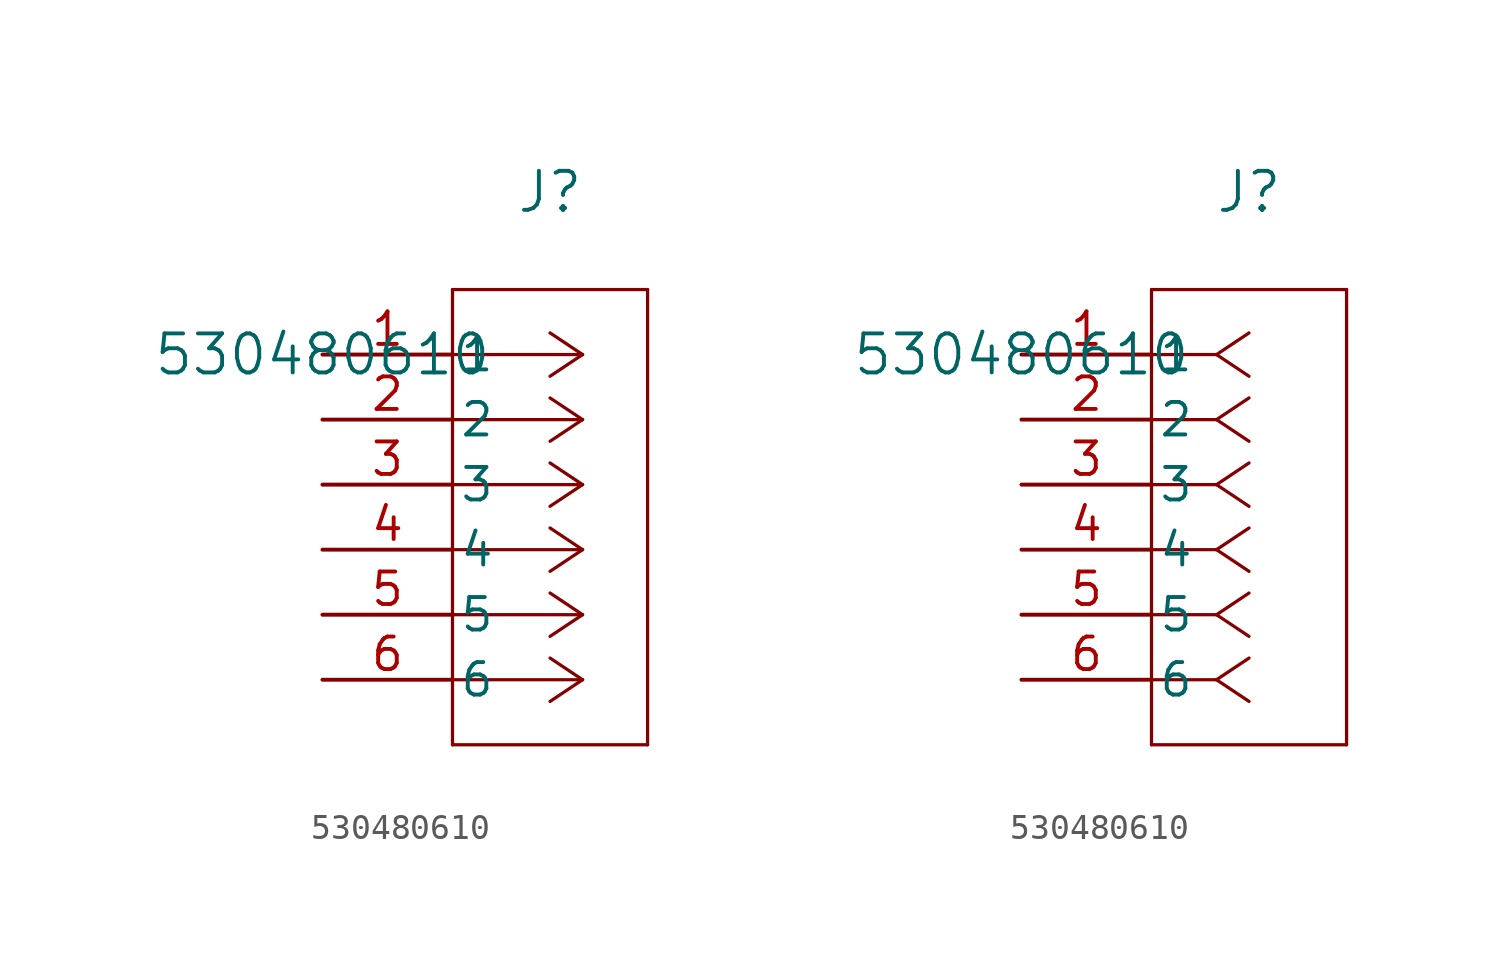
<source format=kicad_sym>
(kicad_symbol_lib
  (version 20231120)
  (generator "kicad_symbol_editor")
  (generator_version "8.0")
  (symbol "530480610"
    (pin_names
      (offset 0.254))
    (property "Reference" "J"
      (at 8.89 6.35 0)
      (effects (font (size 1.524 1.524))))
    (property "Value" "530480610"
      (at 0 0 0)
      (effects (font (size 1.524 1.524))))
    (symbol "530480610_1_1"
      (polyline (pts (xy 5.08 -15.24) (xy 12.7 -15.24)) (stroke (width 0.127) (type default)) (fill (type none)))
      (polyline (pts (xy 5.08 2.54) (xy 5.08 -15.24)) (stroke (width 0.127) (type default)) (fill (type none)))
      (polyline (pts (xy 10.16 -12.7) (xy 5.08 -12.7)) (stroke (width 0.127) (type default)) (fill (type none)))
      (polyline (pts (xy 10.16 -12.7) (xy 8.89 -13.547)) (stroke (width 0.127) (type default)) (fill (type none)))
      (polyline (pts (xy 10.16 -12.7) (xy 8.89 -11.853)) (stroke (width 0.127) (type default)) (fill (type none)))
      (polyline (pts (xy 10.16 -10.16) (xy 5.08 -10.16)) (stroke (width 0.127) (type default)) (fill (type none)))
      (polyline (pts (xy 10.16 -10.16) (xy 8.89 -11.007)) (stroke (width 0.127) (type default)) (fill (type none)))
      (polyline (pts (xy 10.16 -10.16) (xy 8.89 -9.313)) (stroke (width 0.127) (type default)) (fill (type none)))
      (polyline (pts (xy 10.16 -7.62) (xy 5.08 -7.62)) (stroke (width 0.127) (type default)) (fill (type none)))
      (polyline (pts (xy 10.16 -7.62) (xy 8.89 -8.467)) (stroke (width 0.127) (type default)) (fill (type none)))
      (polyline (pts (xy 10.16 -7.62) (xy 8.89 -6.773)) (stroke (width 0.127) (type default)) (fill (type none)))
      (polyline (pts (xy 10.16 -5.08) (xy 5.08 -5.08)) (stroke (width 0.127) (type default)) (fill (type none)))
      (polyline (pts (xy 10.16 -5.08) (xy 8.89 -5.927)) (stroke (width 0.127) (type default)) (fill (type none)))
      (polyline (pts (xy 10.16 -5.08) (xy 8.89 -4.233)) (stroke (width 0.127) (type default)) (fill (type none)))
      (polyline (pts (xy 10.16 -2.54) (xy 5.08 -2.54)) (stroke (width 0.127) (type default)) (fill (type none)))
      (polyline (pts (xy 10.16 -2.54) (xy 8.89 -3.387)) (stroke (width 0.127) (type default)) (fill (type none)))
      (polyline (pts (xy 10.16 -2.54) (xy 8.89 -1.693)) (stroke (width 0.127) (type default)) (fill (type none)))
      (polyline (pts (xy 10.16 0) (xy 5.08 0)) (stroke (width 0.127) (type default)) (fill (type none)))
      (polyline (pts (xy 10.16 0) (xy 8.89 -0.847)) (stroke (width 0.127) (type default)) (fill (type none)))
      (polyline (pts (xy 10.16 0) (xy 8.89 0.847)) (stroke (width 0.127) (type default)) (fill (type none)))
      (polyline (pts (xy 12.7 -15.24) (xy 12.7 2.54)) (stroke (width 0.127) (type default)) (fill (type none)))
      (polyline (pts (xy 12.7 2.54) (xy 5.08 2.54)) (stroke (width 0.127) (type default)) (fill (type none)))
      (pin unspecified line (at 0 0 0) (length 5.08) (name "1" (effects (font (size 1.27 1.27)))) (number "1" (effects (font (size 1.27 1.27)))))
      (pin unspecified line (at 0 -2.54 0) (length 5.08) (name "2" (effects (font (size 1.27 1.27)))) (number "2" (effects (font (size 1.27 1.27)))))
      (pin unspecified line (at 0 -5.08 0) (length 5.08) (name "3" (effects (font (size 1.27 1.27)))) (number "3" (effects (font (size 1.27 1.27)))))
      (pin unspecified line (at 0 -7.62 0) (length 5.08) (name "4" (effects (font (size 1.27 1.27)))) (number "4" (effects (font (size 1.27 1.27)))))
      (pin unspecified line (at 0 -10.16 0) (length 5.08) (name "5" (effects (font (size 1.27 1.27)))) (number "5" (effects (font (size 1.27 1.27)))))
      (pin unspecified line (at 0 -12.7 0) (length 5.08) (name "6" (effects (font (size 1.27 1.27)))) (number "6" (effects (font (size 1.27 1.27))))))
    (symbol "530480610_1_2"
      (polyline (pts (xy 5.08 -15.24) (xy 12.7 -15.24)) (stroke (width 0.127) (type default)) (fill (type none)))
      (polyline (pts (xy 5.08 2.54) (xy 5.08 -15.24)) (stroke (width 0.127) (type default)) (fill (type none)))
      (polyline (pts (xy 7.62 -12.7) (xy 5.08 -12.7)) (stroke (width 0.127) (type default)) (fill (type none)))
      (polyline (pts (xy 7.62 -12.7) (xy 8.89 -13.547)) (stroke (width 0.127) (type default)) (fill (type none)))
      (polyline (pts (xy 7.62 -12.7) (xy 8.89 -11.853)) (stroke (width 0.127) (type default)) (fill (type none)))
      (polyline (pts (xy 7.62 -10.16) (xy 5.08 -10.16)) (stroke (width 0.127) (type default)) (fill (type none)))
      (polyline (pts (xy 7.62 -10.16) (xy 8.89 -11.007)) (stroke (width 0.127) (type default)) (fill (type none)))
      (polyline (pts (xy 7.62 -10.16) (xy 8.89 -9.313)) (stroke (width 0.127) (type default)) (fill (type none)))
      (polyline (pts (xy 7.62 -7.62) (xy 5.08 -7.62)) (stroke (width 0.127) (type default)) (fill (type none)))
      (polyline (pts (xy 7.62 -7.62) (xy 8.89 -8.467)) (stroke (width 0.127) (type default)) (fill (type none)))
      (polyline (pts (xy 7.62 -7.62) (xy 8.89 -6.773)) (stroke (width 0.127) (type default)) (fill (type none)))
      (polyline (pts (xy 7.62 -5.08) (xy 5.08 -5.08)) (stroke (width 0.127) (type default)) (fill (type none)))
      (polyline (pts (xy 7.62 -5.08) (xy 8.89 -5.927)) (stroke (width 0.127) (type default)) (fill (type none)))
      (polyline (pts (xy 7.62 -5.08) (xy 8.89 -4.233)) (stroke (width 0.127) (type default)) (fill (type none)))
      (polyline (pts (xy 7.62 -2.54) (xy 5.08 -2.54)) (stroke (width 0.127) (type default)) (fill (type none)))
      (polyline (pts (xy 7.62 -2.54) (xy 8.89 -3.387)) (stroke (width 0.127) (type default)) (fill (type none)))
      (polyline (pts (xy 7.62 -2.54) (xy 8.89 -1.693)) (stroke (width 0.127) (type default)) (fill (type none)))
      (polyline (pts (xy 7.62 0) (xy 5.08 0)) (stroke (width 0.127) (type default)) (fill (type none)))
      (polyline (pts (xy 7.62 0) (xy 8.89 -0.847)) (stroke (width 0.127) (type default)) (fill (type none)))
      (polyline (pts (xy 7.62 0) (xy 8.89 0.847)) (stroke (width 0.127) (type default)) (fill (type none)))
      (polyline (pts (xy 12.7 -15.24) (xy 12.7 2.54)) (stroke (width 0.127) (type default)) (fill (type none)))
      (polyline (pts (xy 12.7 2.54) (xy 5.08 2.54)) (stroke (width 0.127) (type default)) (fill (type none)))
      (pin unspecified line (at 0 0 0) (length 5.08) (name "1" (effects (font (size 1.27 1.27)))) (number "1" (effects (font (size 1.27 1.27)))))
      (pin unspecified line (at 0 -2.54 0) (length 5.08) (name "2" (effects (font (size 1.27 1.27)))) (number "2" (effects (font (size 1.27 1.27)))))
      (pin unspecified line (at 0 -5.08 0) (length 5.08) (name "3" (effects (font (size 1.27 1.27)))) (number "3" (effects (font (size 1.27 1.27)))))
      (pin unspecified line (at 0 -7.62 0) (length 5.08) (name "4" (effects (font (size 1.27 1.27)))) (number "4" (effects (font (size 1.27 1.27)))))
      (pin unspecified line (at 0 -10.16 0) (length 5.08) (name "5" (effects (font (size 1.27 1.27)))) (number "5" (effects (font (size 1.27 1.27)))))
      (pin unspecified line (at 0 -12.7 0) (length 5.08) (name "6" (effects (font (size 1.27 1.27)))) (number "6" (effects (font (size 1.27 1.27))))))))
</source>
